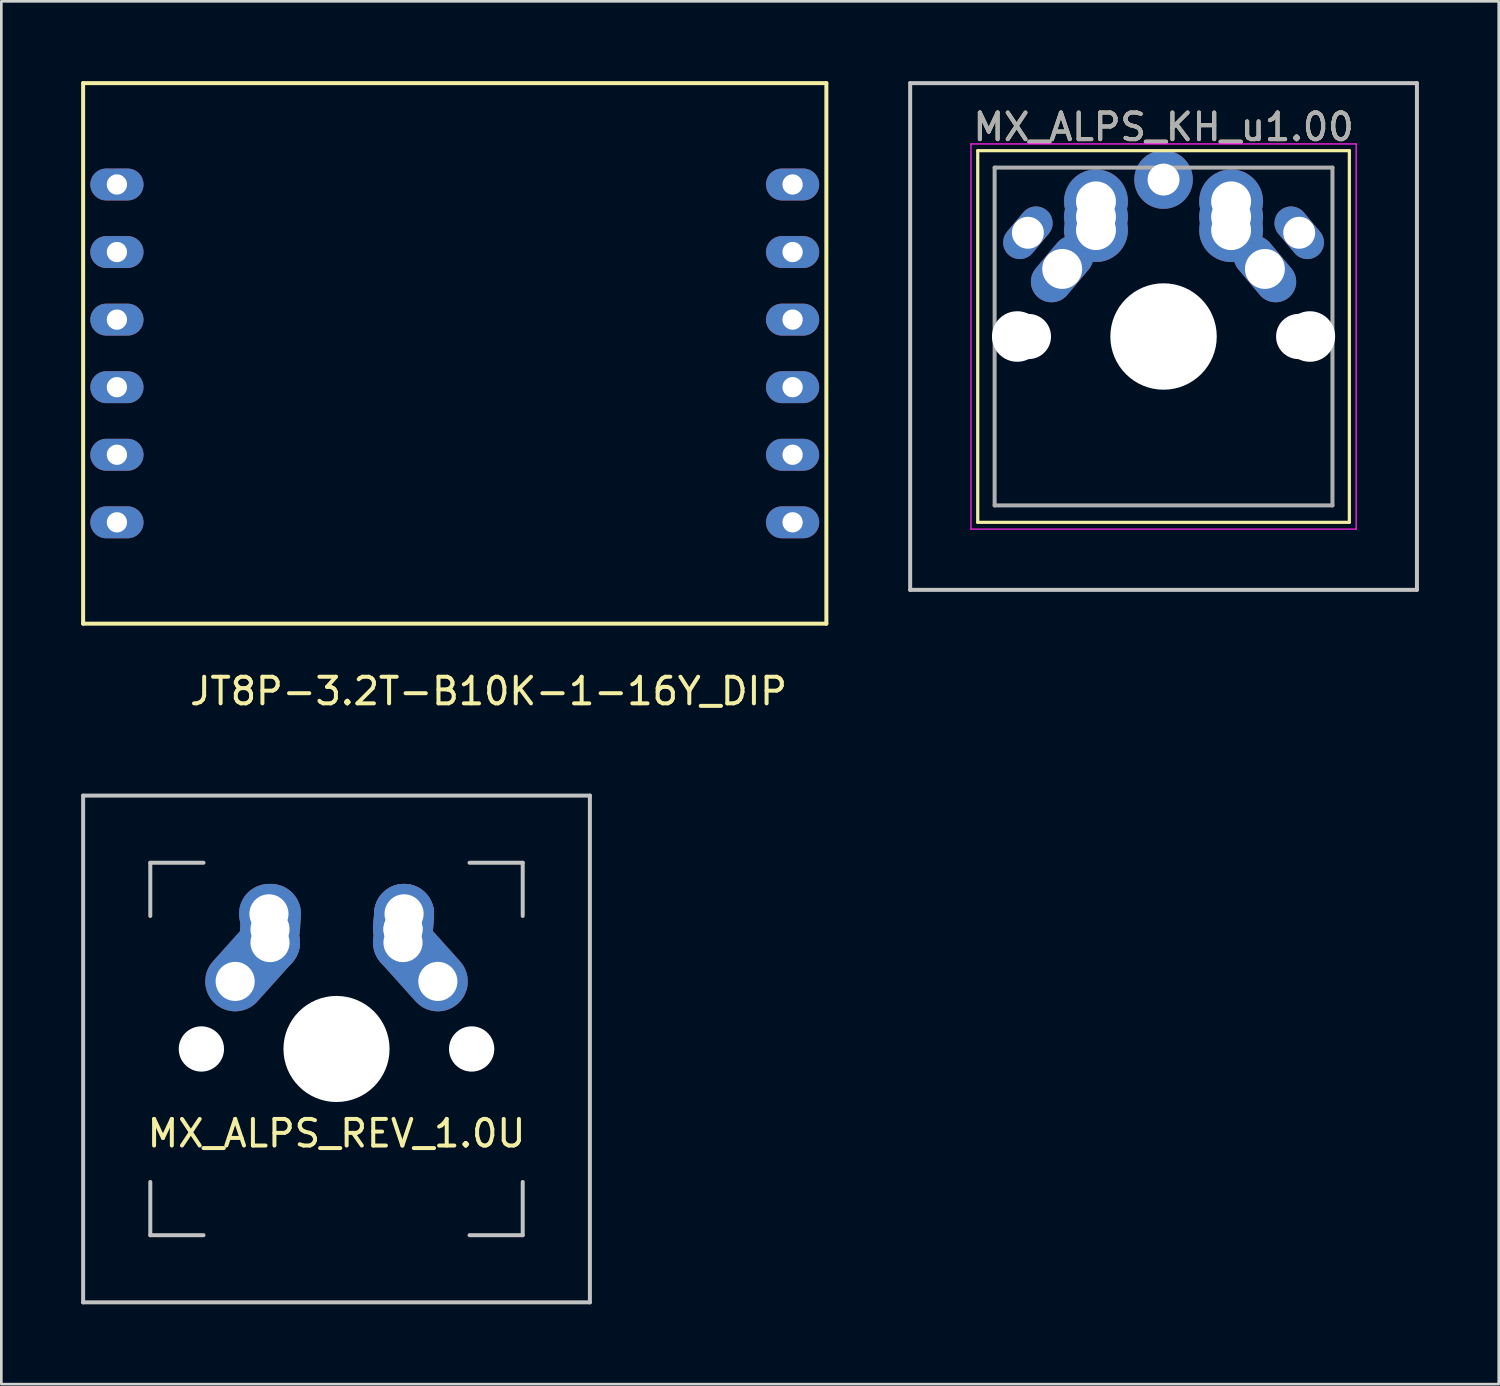
<source format=kicad_pcb>
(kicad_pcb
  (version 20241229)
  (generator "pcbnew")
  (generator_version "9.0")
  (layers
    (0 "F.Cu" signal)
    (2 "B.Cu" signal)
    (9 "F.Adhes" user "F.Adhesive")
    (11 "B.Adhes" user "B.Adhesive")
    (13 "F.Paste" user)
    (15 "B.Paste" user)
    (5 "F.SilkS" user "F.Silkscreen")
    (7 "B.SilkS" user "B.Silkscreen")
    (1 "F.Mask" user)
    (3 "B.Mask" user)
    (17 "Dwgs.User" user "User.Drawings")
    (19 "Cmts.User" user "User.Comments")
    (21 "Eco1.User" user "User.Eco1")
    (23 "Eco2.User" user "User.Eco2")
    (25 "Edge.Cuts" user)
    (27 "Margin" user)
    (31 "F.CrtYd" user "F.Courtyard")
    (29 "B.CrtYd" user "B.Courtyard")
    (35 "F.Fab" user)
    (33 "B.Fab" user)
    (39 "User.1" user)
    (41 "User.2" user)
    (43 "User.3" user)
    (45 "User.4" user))
  (footprint "MX_ALPS_REV_1.0U"
    (layer "F.Cu")
    (at 9.6 36.383)
    (property "Reference" "MX_ALPS_REV_1.0U" (at 0 3.175 0) (layer "F.SilkS") (effects (font (size 1 1) (thickness 0.15))))
    (attr through_hole)
    (fp_line (start -9.525 -9.525) (end 9.525 -9.525) (stroke (width 0.15) (type solid)) (layer "Dwgs.User"))
    (fp_line (start -9.525 9.525) (end -9.525 -9.525) (stroke (width 0.15) (type solid)) (layer "Dwgs.User"))
    (fp_line (start -7 -7) (end -7 -5) (stroke (width 0.15) (type solid)) (layer "Dwgs.User"))
    (fp_line (start -7 5) (end -7 7) (stroke (width 0.15) (type solid)) (layer "Dwgs.User"))
    (fp_line (start -7 7) (end -5 7) (stroke (width 0.15) (type solid)) (layer "Dwgs.User"))
    (fp_line (start -5 -7) (end -7 -7) (stroke (width 0.15) (type solid)) (layer "Dwgs.User"))
    (fp_line (start 5 -7) (end 7 -7) (stroke (width 0.15) (type solid)) (layer "Dwgs.User"))
    (fp_line (start 5 7) (end 7 7) (stroke (width 0.15) (type solid)) (layer "Dwgs.User"))
    (fp_line (start 7 -7) (end 7 -5) (stroke (width 0.15) (type solid)) (layer "Dwgs.User"))
    (fp_line (start 7 7) (end 7 5) (stroke (width 0.15) (type solid)) (layer "Dwgs.User"))
    (fp_line (start 9.525 -9.525) (end 9.525 9.525) (stroke (width 0.15) (type solid)) (layer "Dwgs.User"))
    (fp_line (start 9.525 9.525) (end -9.525 9.525) (stroke (width 0.15) (type solid)) (layer "Dwgs.User"))
    (pad "" np_thru_hole circle (at -5.08 0 48.1) (size 1.702 1.702) (drill 1.702) (layers "*.Cu" "*.Mask"))
    (pad "" np_thru_hole circle (at 0 0) (size 3.988 3.988) (drill 3.988) (layers "*.Cu" "*.Mask"))
    (pad "" np_thru_hole circle (at 5.08 0 48.1) (size 1.702 1.702) (drill 1.702) (layers "*.Cu" "*.Mask"))
    (pad "1" thru_hole oval (at -3.81 -2.54 48.1) (size 4.212 2.25) (drill 1.47 (offset 0.981 0)) (layers "*.Cu" "*.Mask"))
    (pad "1" thru_hole circle (at -2.54 -5.08) (size 2.25 2.25) (drill 1.47) (layers "*.Cu" "*.Mask"))
    (pad "1" thru_hole oval (at -2.5 -4.5 86.055) (size 2.831 2.25) (drill 1.47 (offset 0.291 0)) (layers "*.Cu" "*.Mask"))
    (pad "1" thru_hole circle (at -2.5 -4) (size 2.25 2.25) (drill 1.47) (layers "*.Cu" "*.Mask"))
    (pad "2" thru_hole oval (at 2.5 -4.5 86.055) (size 2.831 2.25) (drill 1.47 (offset 0.291 0)) (layers "*.Cu" "*.Mask"))
    (pad "2" thru_hole oval (at 2.5 -4.5 86.055) (size 2.831 2.25) (drill 1.47 (offset 0.291 0)) (layers "*.Cu" "*.Mask"))
    (pad "2" thru_hole circle (at 2.5 -4) (size 2.25 2.25) (drill 1.47) (layers "*.Cu" "*.Mask"))
    (pad "2" thru_hole circle (at 2.54 -5.08) (size 2.25 2.25) (drill 1.47) (layers "*.Cu" "*.Mask"))
    (pad "2" thru_hole oval (at 3.81 -2.54 311.9) (size 4.212 2.25) (drill 1.47 (offset -0.981 0)) (layers "*.Cu" "*.Mask")))
  (footprint "MX_ALPS_KH_u1.00"
    (layer "F.Cu")
    (at 40.69 9.6)
    (property "Reference" "MX_ALPS_KH_u1.00" (at 0 -7.874 0) (layer "F.SilkS") (effects (font (size 1 1) (thickness 0.15))))
    (attr through_hole)
    (fp_line (start -6.985 -6.985) (end 6.985 -6.985) (stroke (width 0.12) (type solid)) (layer "F.SilkS"))
    (fp_line (start -6.985 6.985) (end -6.985 -6.985) (stroke (width 0.12) (type solid)) (layer "F.SilkS"))
    (fp_line (start 6.985 -6.985) (end 6.985 6.985) (stroke (width 0.12) (type solid)) (layer "F.SilkS"))
    (fp_line (start 6.985 6.985) (end -6.985 6.985) (stroke (width 0.12) (type solid)) (layer "F.SilkS"))
    (fp_line (start -9.525 -9.525) (end 9.525 -9.525) (stroke (width 0.15) (type solid)) (layer "Dwgs.User"))
    (fp_line (start -9.525 9.525) (end -9.525 -9.525) (stroke (width 0.15) (type solid)) (layer "Dwgs.User"))
    (fp_line (start 9.525 -9.525) (end 9.525 9.525) (stroke (width 0.15) (type solid)) (layer "Dwgs.User"))
    (fp_line (start 9.525 9.525) (end -9.525 9.525) (stroke (width 0.15) (type solid)) (layer "Dwgs.User"))
    (fp_line (start -7.24 -7.24) (end 7.24 -7.24) (stroke (width 0.05) (type solid)) (layer "F.CrtYd"))
    (fp_line (start -7.24 7.24) (end -7.24 -7.24) (stroke (width 0.05) (type solid)) (layer "F.CrtYd"))
    (fp_line (start 7.24 -7.24) (end 7.24 7.24) (stroke (width 0.05) (type solid)) (layer "F.CrtYd"))
    (fp_line (start 7.24 7.24) (end -7.24 7.24) (stroke (width 0.05) (type solid)) (layer "F.CrtYd"))
    (fp_line (start -6.35 -6.35) (end 6.35 -6.35) (stroke (width 0.15) (type solid)) (layer "F.Fab"))
    (fp_line (start -6.35 6.35) (end -6.35 -6.35) (stroke (width 0.15) (type solid)) (layer "F.Fab"))
    (fp_line (start 6.35 -6.35) (end 6.35 6.35) (stroke (width 0.15) (type solid)) (layer "F.Fab"))
    (fp_line (start 6.35 6.35) (end -6.35 6.35) (stroke (width 0.15) (type solid)) (layer "F.Fab"))
    (fp_text user "${REFERENCE}" (at 0 -7.874 0) (layer "F.Fab") (effects (font (size 1 1) (thickness 0.15))))
    (pad "" np_thru_hole circle (at -5.5 0) (size 1.9 1.9) (drill 1.9) (layers "*.Cu" "*.Mask"))
    (pad "" np_thru_hole circle (at -5.08 0) (size 1.7 1.7) (drill 1.7) (layers "*.Cu" "*.Mask"))
    (pad "" np_thru_hole circle (at 0 0) (size 4 4) (drill 4) (layers "*.Cu" "*.Mask"))
    (pad "" np_thru_hole circle (at 5.08 0) (size 1.7 1.7) (drill 1.7) (layers "*.Cu" "*.Mask"))
    (pad "" np_thru_hole circle (at 5.5 0) (size 1.9 1.9) (drill 1.9) (layers "*.Cu" "*.Mask"))
    (pad "1" thru_hole oval (at -5.1 -3.9 50) (size 2.2 1.25) (drill 1.2) (layers "*.Cu" "*.Mask"))
    (pad "1" thru_hole circle (at 2.54 -5.08) (size 2.4 2.4) (drill 1.5) (layers "*.Cu" "*.Mask"))
    (pad "1" thru_hole circle (at 2.54 -4.5) (size 2.4 2.4) (drill 1.5) (layers "*.Cu" "*.Mask"))
    (pad "1" thru_hole circle (at 2.54 -4 310) (size 2.4 2.4) (drill 1.5) (layers "*.Cu" "*.Mask"))
    (pad "1" thru_hole oval (at 3.81 -2.54 310) (size 2.8 1.55) (drill 1.5) (layers "*.Cu" "*.Mask"))
    (pad "1" thru_hole oval (at 5.1 -3.9 310) (size 2.2 1.25) (drill 1.2) (layers "*.Cu" "*.Mask"))
    (pad "2" thru_hole oval (at -3.81 -2.54 50) (size 2.8 1.55) (drill 1.5) (layers "*.Cu" "*.Mask"))
    (pad "2" thru_hole circle (at -2.54 -5.08) (size 2.4 2.4) (drill 1.5) (layers "*.Cu" "*.Mask"))
    (pad "2" thru_hole circle (at -2.54 -4.5) (size 2.4 2.4) (drill 1.5) (layers "*.Cu" "*.Mask"))
    (pad "2" thru_hole circle (at -2.54 -4) (size 2.4 2.4) (drill 1.5) (layers "*.Cu" "*.Mask"))
    (pad "2" thru_hole circle (at 0 -5.9) (size 2.2 2.2) (drill 1.2) (layers "*.Cu" "*.Mask")))
  (footprint "JT8P-3.2T-B10K-1-16Y_DIP"
    (layer "F.Cu")
    (at 14.045 10.235)
    (property "Reference" "JT8P-3.2T-B10K-1-16Y_DIP" (at 1.27 12.7 0) (layer "F.SilkS") (effects (font (size 1 1) (thickness 0.15))))
    (attr through_hole)
    (fp_line (start -13.97 10.16) (end -13.97 -10.16) (stroke (width 0.15) (type solid)) (layer "F.SilkS"))
    (fp_line (start 13.97 -10.16) (end -13.97 -10.16) (stroke (width 0.15) (type solid)) (layer "F.SilkS"))
    (fp_line (start 13.97 -10.16) (end 13.97 10.16) (stroke (width 0.15) (type solid)) (layer "F.SilkS"))
    (fp_line (start 13.97 10.16) (end -13.97 10.16) (stroke (width 0.15) (type solid)) (layer "F.SilkS"))
    (pad "" thru_hole oval (at -12.7 -6.35) (size 2 1.2) (drill 0.762) (layers "*.Cu" "*.Mask"))
    (pad "" thru_hole oval (at -12.7 -3.81) (size 2 1.2) (drill 0.762) (layers "*.Cu" "*.Mask"))
    (pad "" thru_hole oval (at -12.7 -1.27) (size 2 1.2) (drill 0.762) (layers "*.Cu" "*.Mask"))
    (pad "" thru_hole oval (at -12.7 1.27) (size 2 1.2) (drill 0.762) (layers "*.Cu" "*.Mask"))
    (pad "" thru_hole oval (at -12.7 3.81) (size 2 1.2) (drill 0.762) (layers "*.Cu" "*.Mask"))
    (pad "" thru_hole oval (at -12.7 6.35) (size 2 1.2) (drill 0.762) (layers "*.Cu" "*.Mask"))
    (pad "1" thru_hole oval (at 12.7 -1.27) (size 2 1.2) (drill 0.762) (layers "*.Cu" "*.Mask"))
    (pad "2" thru_hole oval (at 12.7 -3.81) (size 2 1.2) (drill 0.762) (layers "*.Cu" "*.Mask"))
    (pad "3" thru_hole oval (at 12.7 -6.35) (size 2 1.2) (drill 0.762) (layers "*.Cu" "*.Mask"))
    (pad "4" thru_hole oval (at 12.7 6.35) (size 2 1.2) (drill 0.762) (layers "*.Cu" "*.Mask"))
    (pad "5" thru_hole oval (at 12.7 3.81) (size 2 1.2) (drill 0.762) (layers "*.Cu" "*.Mask"))
    (pad "6" thru_hole oval (at 12.7 1.27) (size 2 1.2) (drill 0.762) (layers "*.Cu" "*.Mask")))
  (gr_rect
    (start -3 -3)
    (end 53.29 48.983)
    (stroke (width 0.1) (type default))
    (fill no)
    (layer "Edge.Cuts")))
</source>
